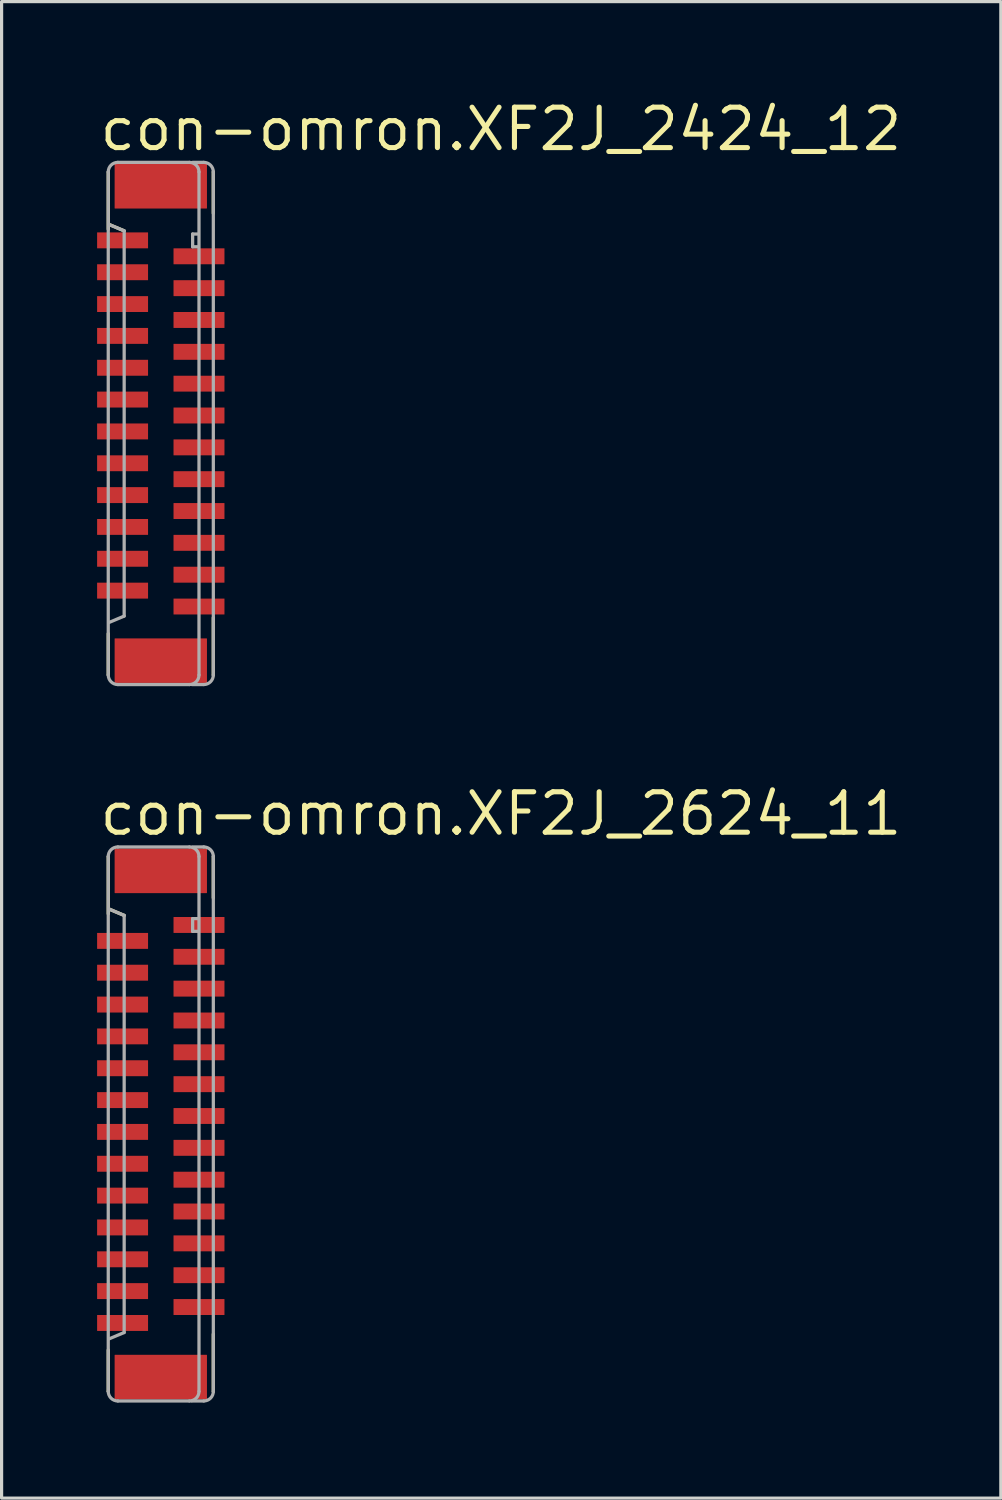
<source format=kicad_pcb>
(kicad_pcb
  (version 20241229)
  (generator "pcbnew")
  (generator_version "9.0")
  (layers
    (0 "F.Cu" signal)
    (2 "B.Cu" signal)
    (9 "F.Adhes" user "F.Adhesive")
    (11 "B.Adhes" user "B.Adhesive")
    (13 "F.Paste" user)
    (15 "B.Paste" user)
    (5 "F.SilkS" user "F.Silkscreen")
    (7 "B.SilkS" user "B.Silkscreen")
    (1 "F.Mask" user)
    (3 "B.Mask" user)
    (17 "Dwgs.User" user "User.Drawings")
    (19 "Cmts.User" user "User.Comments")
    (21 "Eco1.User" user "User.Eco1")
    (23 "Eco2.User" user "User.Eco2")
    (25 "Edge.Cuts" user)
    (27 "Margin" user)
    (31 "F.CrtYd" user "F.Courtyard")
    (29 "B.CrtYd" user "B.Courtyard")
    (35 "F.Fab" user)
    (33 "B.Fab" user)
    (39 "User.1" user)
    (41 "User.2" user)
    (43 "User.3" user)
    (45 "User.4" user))
  (footprint "con-omron.XF2J_2424_12"
    (layer "F.Cu")
    (at 2 10.25)
    (property "Reference" "con-omron.XF2J_2424_12" (at -2 -8.5 0) (layer "F.SilkS") (effects (font (size 1.27 1.27) (thickness 0.16)) (justify left bottom)))
    (attr smd)
    (fp_line (start -1.65 -7.9) (end -1.65 -6.1) (stroke (width 0.102) (type default)) (layer "F.SilkS"))
    (fp_line (start -1.65 6.6) (end -1.65 7.9) (stroke (width 0.102) (type default)) (layer "F.SilkS"))
    (fp_line (start -1.625 -6.25) (end -1.15 -6.05) (stroke (width 0.102) (type default)) (layer "F.SilkS"))
    (fp_line (start 1.65 -6.6) (end 1.65 -7.9) (stroke (width 0.102) (type default)) (layer "F.SilkS"))
    (fp_line (start 1.65 7.9) (end 1.65 6.1) (stroke (width 0.102) (type default)) (layer "F.SilkS"))
    (fp_line (start -1.65 -7.9) (end -1.65 7.9) (stroke (width 0.102) (type default)) (layer "F.Fab"))
    (fp_line (start -1.625 -6.25) (end -1.15 -6.05) (stroke (width 0.102) (type default)) (layer "F.Fab"))
    (fp_line (start -1.35 8.2) (end 0.9 8.2) (stroke (width 0.102) (type default)) (layer "F.Fab"))
    (fp_line (start -1.15 -6.05) (end -1.15 6.05) (stroke (width 0.102) (type default)) (layer "F.Fab"))
    (fp_line (start -1.15 6.05) (end -1.625 6.25) (stroke (width 0.102) (type default)) (layer "F.Fab"))
    (fp_line (start 0.9 -8.2) (end -1.35 -8.2) (stroke (width 0.102) (type default)) (layer "F.Fab"))
    (fp_line (start 0.975 8.2) (end 1.35 8.2) (stroke (width 0.102) (type default)) (layer "F.Fab"))
    (fp_line (start 1 -8.2) (end 1.35 -8.2) (stroke (width 0.102) (type default)) (layer "F.Fab"))
    (fp_line (start 1 -5.95) (end 1 -5.55) (stroke (width 0.102) (type default)) (layer "F.Fab"))
    (fp_line (start 1 -5.55) (end 1.15 -5.55) (stroke (width 0.102) (type default)) (layer "F.Fab"))
    (fp_line (start 1.15 -5.95) (end 1 -5.95) (stroke (width 0.102) (type default)) (layer "F.Fab"))
    (fp_line (start 1.2 7.9) (end 1.2 -7.9) (stroke (width 0.102) (type default)) (layer "F.Fab"))
    (fp_line (start 1.65 7.9) (end 1.65 -7.9) (stroke (width 0.102) (type default)) (layer "F.Fab"))
    (fp_arc (start -1.65 -7.9) (mid -1.562132 -8.112132) (end -1.35 -8.2) (stroke (width 0.1016) (type default)) (layer "F.Fab"))
    (fp_arc (start -1.35 8.2) (mid -1.562132 8.112132) (end -1.65 7.9) (stroke (width 0.1016) (type default)) (layer "F.Fab"))
    (fp_arc (start 0.9 -8.2) (mid 1.112132 -8.112132) (end 1.2 -7.9) (stroke (width 0.1016) (type default)) (layer "F.Fab"))
    (fp_arc (start 1.2 7.9) (mid 1.112132 8.112132) (end 0.9 8.2) (stroke (width 0.1016) (type default)) (layer "F.Fab"))
    (fp_arc (start 1.35 -8.2) (mid 1.562132 -8.112132) (end 1.65 -7.9) (stroke (width 0.1016) (type default)) (layer "F.Fab"))
    (fp_arc (start 1.65 7.9) (mid 1.562132 8.112132) (end 1.35 8.2) (stroke (width 0.1016) (type default)) (layer "F.Fab"))
    (pad "1" smd roundrect (at -1.2 -5.75 270) (size 0.5 1.6) (layers "F.Cu" "F.Mask" "F.Paste") (roundrect_rratio 0.01))
    (pad "2" smd roundrect (at 1.2 -5.25 90) (size 0.5 1.6) (layers "F.Cu" "F.Mask" "F.Paste") (roundrect_rratio 0.01))
    (pad "3" smd roundrect (at -1.2 -4.75 270) (size 0.5 1.6) (layers "F.Cu" "F.Mask" "F.Paste") (roundrect_rratio 0.01))
    (pad "4" smd roundrect (at 1.2 -4.25 90) (size 0.5 1.6) (layers "F.Cu" "F.Mask" "F.Paste") (roundrect_rratio 0.01))
    (pad "5" smd roundrect (at -1.2 -3.75 270) (size 0.5 1.6) (layers "F.Cu" "F.Mask" "F.Paste") (roundrect_rratio 0.01))
    (pad "6" smd roundrect (at 1.2 -3.25 90) (size 0.5 1.6) (layers "F.Cu" "F.Mask" "F.Paste") (roundrect_rratio 0.01))
    (pad "7" smd roundrect (at -1.2 -2.75 270) (size 0.5 1.6) (layers "F.Cu" "F.Mask" "F.Paste") (roundrect_rratio 0.01))
    (pad "8" smd roundrect (at 1.2 -2.25 90) (size 0.5 1.6) (layers "F.Cu" "F.Mask" "F.Paste") (roundrect_rratio 0.01))
    (pad "9" smd roundrect (at -1.2 -1.75 270) (size 0.5 1.6) (layers "F.Cu" "F.Mask" "F.Paste") (roundrect_rratio 0.01))
    (pad "10" smd roundrect (at 1.2 -1.25 90) (size 0.5 1.6) (layers "F.Cu" "F.Mask" "F.Paste") (roundrect_rratio 0.01))
    (pad "11" smd roundrect (at -1.2 -0.75 270) (size 0.5 1.6) (layers "F.Cu" "F.Mask" "F.Paste") (roundrect_rratio 0.01))
    (pad "12" smd roundrect (at 1.2 -0.25 90) (size 0.5 1.6) (layers "F.Cu" "F.Mask" "F.Paste") (roundrect_rratio 0.01))
    (pad "13" smd roundrect (at -1.2 0.25 270) (size 0.5 1.6) (layers "F.Cu" "F.Mask" "F.Paste") (roundrect_rratio 0.01))
    (pad "14" smd roundrect (at 1.2 0.75 90) (size 0.5 1.6) (layers "F.Cu" "F.Mask" "F.Paste") (roundrect_rratio 0.01))
    (pad "15" smd roundrect (at -1.2 1.25 270) (size 0.5 1.6) (layers "F.Cu" "F.Mask" "F.Paste") (roundrect_rratio 0.01))
    (pad "16" smd roundrect (at 1.2 1.75 90) (size 0.5 1.6) (layers "F.Cu" "F.Mask" "F.Paste") (roundrect_rratio 0.01))
    (pad "17" smd roundrect (at -1.2 2.25 270) (size 0.5 1.6) (layers "F.Cu" "F.Mask" "F.Paste") (roundrect_rratio 0.01))
    (pad "18" smd roundrect (at 1.2 2.75 90) (size 0.5 1.6) (layers "F.Cu" "F.Mask" "F.Paste") (roundrect_rratio 0.01))
    (pad "19" smd roundrect (at -1.2 3.25 270) (size 0.5 1.6) (layers "F.Cu" "F.Mask" "F.Paste") (roundrect_rratio 0.01))
    (pad "20" smd roundrect (at 1.2 3.75 90) (size 0.5 1.6) (layers "F.Cu" "F.Mask" "F.Paste") (roundrect_rratio 0.01))
    (pad "21" smd roundrect (at -1.2 4.25 270) (size 0.5 1.6) (layers "F.Cu" "F.Mask" "F.Paste") (roundrect_rratio 0.01))
    (pad "22" smd roundrect (at 1.2 4.75 90) (size 0.5 1.6) (layers "F.Cu" "F.Mask" "F.Paste") (roundrect_rratio 0.01))
    (pad "23" smd roundrect (at -1.2 5.25 270) (size 0.5 1.6) (layers "F.Cu" "F.Mask" "F.Paste") (roundrect_rratio 0.01))
    (pad "24" smd roundrect (at 1.2 5.75 90) (size 0.5 1.6) (layers "F.Cu" "F.Mask" "F.Paste") (roundrect_rratio 0.01))
    (pad "M1" smd roundrect (at 0 -7.45 270) (size 1.4 2.9) (layers "F.Cu" "F.Mask" "F.Paste") (roundrect_rratio 0.01))
    (pad "M2" smd roundrect (at 0 7.45 270) (size 1.4 2.9) (layers "F.Cu" "F.Mask" "F.Paste") (roundrect_rratio 0.01)))
  (footprint "con-omron.XF2J_2624_11"
    (layer "F.Cu")
    (at 2 32.251)
    (property "Reference" "con-omron.XF2J_2624_11" (at -2 -9 0) (layer "F.SilkS") (effects (font (size 1.27 1.27) (thickness 0.16)) (justify left bottom)))
    (attr smd)
    (fp_line (start -1.65 -8.4) (end -1.65 -6.6) (stroke (width 0.102) (type default)) (layer "F.SilkS"))
    (fp_line (start -1.65 7.1) (end -1.65 8.4) (stroke (width 0.102) (type default)) (layer "F.SilkS"))
    (fp_line (start -1.625 -6.75) (end -1.15 -6.55) (stroke (width 0.102) (type default)) (layer "F.SilkS"))
    (fp_line (start 1.65 -7.1) (end 1.65 -8.4) (stroke (width 0.102) (type default)) (layer "F.SilkS"))
    (fp_line (start 1.65 8.4) (end 1.65 6.6) (stroke (width 0.102) (type default)) (layer "F.SilkS"))
    (fp_line (start -1.65 -8.4) (end -1.65 8.4) (stroke (width 0.102) (type default)) (layer "F.Fab"))
    (fp_line (start -1.625 -6.75) (end -1.15 -6.55) (stroke (width 0.102) (type default)) (layer "F.Fab"))
    (fp_line (start -1.35 8.7) (end 0.9 8.7) (stroke (width 0.102) (type default)) (layer "F.Fab"))
    (fp_line (start -1.15 -6.55) (end -1.15 6.55) (stroke (width 0.102) (type default)) (layer "F.Fab"))
    (fp_line (start -1.15 6.55) (end -1.625 6.75) (stroke (width 0.102) (type default)) (layer "F.Fab"))
    (fp_line (start 0.9 -8.7) (end -1.35 -8.7) (stroke (width 0.102) (type default)) (layer "F.Fab"))
    (fp_line (start 0.975 8.7) (end 1.35 8.7) (stroke (width 0.102) (type default)) (layer "F.Fab"))
    (fp_line (start 1 -8.7) (end 1.35 -8.7) (stroke (width 0.102) (type default)) (layer "F.Fab"))
    (fp_line (start 1 -6.45) (end 1 -6.05) (stroke (width 0.102) (type default)) (layer "F.Fab"))
    (fp_line (start 1 -6.05) (end 1.15 -6.05) (stroke (width 0.102) (type default)) (layer "F.Fab"))
    (fp_line (start 1.15 -6.45) (end 1 -6.45) (stroke (width 0.102) (type default)) (layer "F.Fab"))
    (fp_line (start 1.2 8.4) (end 1.2 -8.4) (stroke (width 0.102) (type default)) (layer "F.Fab"))
    (fp_line (start 1.65 8.4) (end 1.65 -8.4) (stroke (width 0.102) (type default)) (layer "F.Fab"))
    (fp_arc (start -1.65 -8.4) (mid -1.562132 -8.612132) (end -1.35 -8.7) (stroke (width 0.1016) (type default)) (layer "F.Fab"))
    (fp_arc (start -1.35 8.7) (mid -1.562132 8.612132) (end -1.65 8.4) (stroke (width 0.1016) (type default)) (layer "F.Fab"))
    (fp_arc (start 0.9 -8.7) (mid 1.112132 -8.612132) (end 1.2 -8.4) (stroke (width 0.1016) (type default)) (layer "F.Fab"))
    (fp_arc (start 1.2 8.4) (mid 1.112132 8.612132) (end 0.9 8.7) (stroke (width 0.1016) (type default)) (layer "F.Fab"))
    (fp_arc (start 1.35 -8.7) (mid 1.562132 -8.612132) (end 1.65 -8.4) (stroke (width 0.1016) (type default)) (layer "F.Fab"))
    (fp_arc (start 1.65 8.4) (mid 1.562132 8.612132) (end 1.35 8.7) (stroke (width 0.1016) (type default)) (layer "F.Fab"))
    (pad "1" smd roundrect (at 1.2 -6.25 270) (size 0.5 1.6) (layers "F.Cu" "F.Mask" "F.Paste") (roundrect_rratio 0.01))
    (pad "2" smd roundrect (at -1.2 -5.75 90) (size 0.5 1.6) (layers "F.Cu" "F.Mask" "F.Paste") (roundrect_rratio 0.01))
    (pad "3" smd roundrect (at 1.2 -5.25 270) (size 0.5 1.6) (layers "F.Cu" "F.Mask" "F.Paste") (roundrect_rratio 0.01))
    (pad "4" smd roundrect (at -1.2 -4.75 90) (size 0.5 1.6) (layers "F.Cu" "F.Mask" "F.Paste") (roundrect_rratio 0.01))
    (pad "5" smd roundrect (at 1.2 -4.25 270) (size 0.5 1.6) (layers "F.Cu" "F.Mask" "F.Paste") (roundrect_rratio 0.01))
    (pad "6" smd roundrect (at -1.2 -3.75 90) (size 0.5 1.6) (layers "F.Cu" "F.Mask" "F.Paste") (roundrect_rratio 0.01))
    (pad "7" smd roundrect (at 1.2 -3.25 270) (size 0.5 1.6) (layers "F.Cu" "F.Mask" "F.Paste") (roundrect_rratio 0.01))
    (pad "8" smd roundrect (at -1.2 -2.75 90) (size 0.5 1.6) (layers "F.Cu" "F.Mask" "F.Paste") (roundrect_rratio 0.01))
    (pad "9" smd roundrect (at 1.2 -2.25 270) (size 0.5 1.6) (layers "F.Cu" "F.Mask" "F.Paste") (roundrect_rratio 0.01))
    (pad "10" smd roundrect (at -1.2 -1.75 90) (size 0.5 1.6) (layers "F.Cu" "F.Mask" "F.Paste") (roundrect_rratio 0.01))
    (pad "11" smd roundrect (at 1.2 -1.25 270) (size 0.5 1.6) (layers "F.Cu" "F.Mask" "F.Paste") (roundrect_rratio 0.01))
    (pad "12" smd roundrect (at -1.2 -0.75 90) (size 0.5 1.6) (layers "F.Cu" "F.Mask" "F.Paste") (roundrect_rratio 0.01))
    (pad "13" smd roundrect (at 1.2 -0.25 270) (size 0.5 1.6) (layers "F.Cu" "F.Mask" "F.Paste") (roundrect_rratio 0.01))
    (pad "14" smd roundrect (at -1.2 0.25 90) (size 0.5 1.6) (layers "F.Cu" "F.Mask" "F.Paste") (roundrect_rratio 0.01))
    (pad "15" smd roundrect (at 1.2 0.75 270) (size 0.5 1.6) (layers "F.Cu" "F.Mask" "F.Paste") (roundrect_rratio 0.01))
    (pad "16" smd roundrect (at -1.2 1.25 90) (size 0.5 1.6) (layers "F.Cu" "F.Mask" "F.Paste") (roundrect_rratio 0.01))
    (pad "17" smd roundrect (at 1.2 1.75 270) (size 0.5 1.6) (layers "F.Cu" "F.Mask" "F.Paste") (roundrect_rratio 0.01))
    (pad "18" smd roundrect (at -1.2 2.25 90) (size 0.5 1.6) (layers "F.Cu" "F.Mask" "F.Paste") (roundrect_rratio 0.01))
    (pad "19" smd roundrect (at 1.2 2.75 270) (size 0.5 1.6) (layers "F.Cu" "F.Mask" "F.Paste") (roundrect_rratio 0.01))
    (pad "20" smd roundrect (at -1.2 3.25 90) (size 0.5 1.6) (layers "F.Cu" "F.Mask" "F.Paste") (roundrect_rratio 0.01))
    (pad "21" smd roundrect (at 1.2 3.75 270) (size 0.5 1.6) (layers "F.Cu" "F.Mask" "F.Paste") (roundrect_rratio 0.01))
    (pad "22" smd roundrect (at -1.2 4.25 90) (size 0.5 1.6) (layers "F.Cu" "F.Mask" "F.Paste") (roundrect_rratio 0.01))
    (pad "23" smd roundrect (at 1.2 4.75 270) (size 0.5 1.6) (layers "F.Cu" "F.Mask" "F.Paste") (roundrect_rratio 0.01))
    (pad "24" smd roundrect (at -1.2 5.25 90) (size 0.5 1.6) (layers "F.Cu" "F.Mask" "F.Paste") (roundrect_rratio 0.01))
    (pad "25" smd roundrect (at 1.2 5.75 270) (size 0.5 1.6) (layers "F.Cu" "F.Mask" "F.Paste") (roundrect_rratio 0.01))
    (pad "26" smd roundrect (at -1.2 6.25 90) (size 0.5 1.6) (layers "F.Cu" "F.Mask" "F.Paste") (roundrect_rratio 0.01))
    (pad "M1" smd roundrect (at 0 -7.95 270) (size 1.4 2.9) (layers "F.Cu" "F.Mask" "F.Paste") (roundrect_rratio 0.01))
    (pad "M2" smd roundrect (at 0 7.95 270) (size 1.4 2.9) (layers "F.Cu" "F.Mask" "F.Paste") (roundrect_rratio 0.01)))
  (gr_rect
    (start -3 -3)
    (end 28.384 44.002)
    (stroke (width 0.1) (type default))
    (fill no)
    (layer "Edge.Cuts")))
</source>
